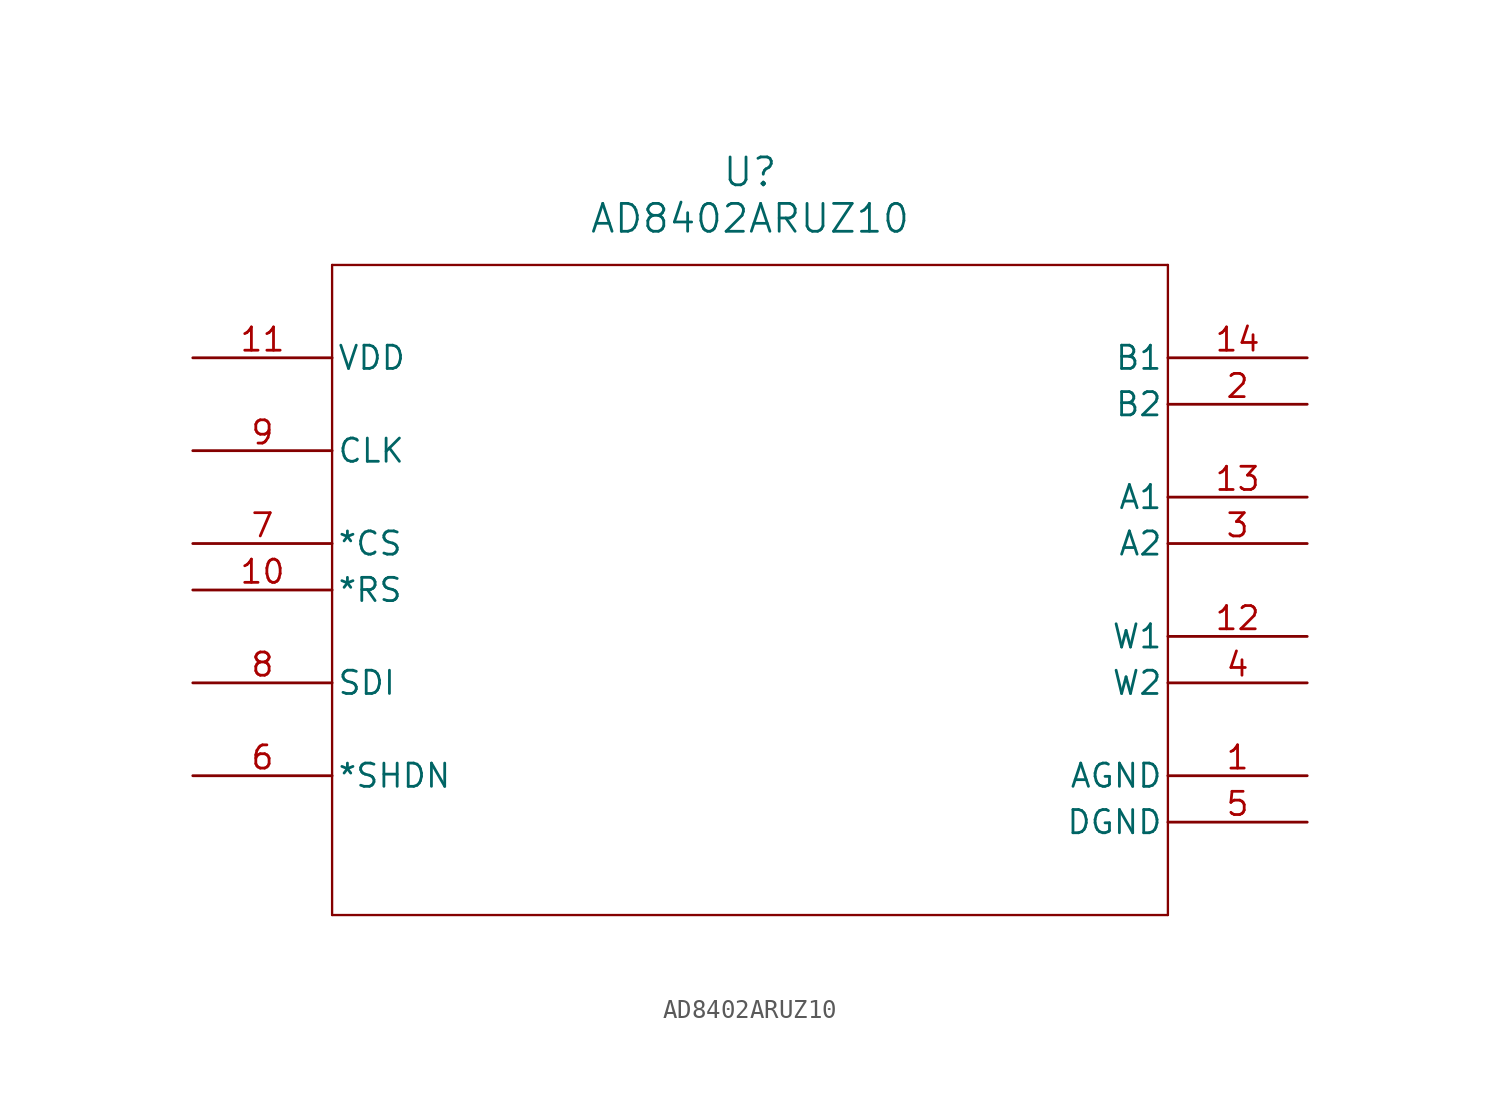
<source format=kicad_sym>
(kicad_symbol_lib
  (version 20211014)
  (generator kicad_symbol_editor)
  (symbol "AD8402ARUZ10"
    (pin_names
      (offset 0.254))
    (property "Reference" "U"
      (at 30.48 10.16 0)
      (effects (font (size 1.524 1.524))))
    (property "Value" "AD8402ARUZ10"
      (at 30.48 7.62 0)
      (effects (font (size 1.524 1.524))))
    (symbol "AD8402ARUZ10_0_1"
      (polyline (pts (xy 7.62 5.08) (xy 7.62 -30.48)) (stroke (width 0.127) (type default) (color 0 0 0 0)) (fill (type none)))
      (polyline (pts (xy 7.62 -30.48) (xy 53.34 -30.48)) (stroke (width 0.127) (type default) (color 0 0 0 0)) (fill (type none)))
      (polyline (pts (xy 53.34 -30.48) (xy 53.34 5.08)) (stroke (width 0.127) (type default) (color 0 0 0 0)) (fill (type none)))
      (polyline (pts (xy 53.34 5.08) (xy 7.62 5.08)) (stroke (width 0.127) (type default) (color 0 0 0 0)) (fill (type none)))
      (pin unspecified line (at 0 -10.16 0) (length 7.62) (name "*CS" (effects (font (size 1.27 1.27)))) (number "7" (effects (font (size 1.27 1.27)))))
      (pin unspecified line (at 0 -12.7 0) (length 7.62) (name "*RS" (effects (font (size 1.27 1.27)))) (number "10" (effects (font (size 1.27 1.27)))))
      (pin unspecified line (at 0 -22.86 0) (length 7.62) (name "*SHDN" (effects (font (size 1.27 1.27)))) (number "6" (effects (font (size 1.27 1.27)))))
      (pin unspecified line (at 60.96 -7.62 180) (length 7.62) (name "A1" (effects (font (size 1.27 1.27)))) (number "13" (effects (font (size 1.27 1.27)))))
      (pin unspecified line (at 60.96 -10.16 180) (length 7.62) (name "A2" (effects (font (size 1.27 1.27)))) (number "3" (effects (font (size 1.27 1.27)))))
      (pin unspecified line (at 60.96 -22.86 180) (length 7.62) (name "AGND" (effects (font (size 1.27 1.27)))) (number "1" (effects (font (size 1.27 1.27)))))
      (pin unspecified line (at 60.96 0 180) (length 7.62) (name "B1" (effects (font (size 1.27 1.27)))) (number "14" (effects (font (size 1.27 1.27)))))
      (pin unspecified line (at 60.96 -2.54 180) (length 7.62) (name "B2" (effects (font (size 1.27 1.27)))) (number "2" (effects (font (size 1.27 1.27)))))
      (pin unspecified line (at 0 -5.08 0) (length 7.62) (name "CLK" (effects (font (size 1.27 1.27)))) (number "9" (effects (font (size 1.27 1.27)))))
      (pin unspecified line (at 60.96 -25.4 180) (length 7.62) (name "DGND" (effects (font (size 1.27 1.27)))) (number "5" (effects (font (size 1.27 1.27)))))
      (pin unspecified line (at 0 -17.78 0) (length 7.62) (name "SDI" (effects (font (size 1.27 1.27)))) (number "8" (effects (font (size 1.27 1.27)))))
      (pin unspecified line (at 0 0 0) (length 7.62) (name "VDD" (effects (font (size 1.27 1.27)))) (number "11" (effects (font (size 1.27 1.27)))))
      (pin unspecified line (at 60.96 -15.24 180) (length 7.62) (name "W1" (effects (font (size 1.27 1.27)))) (number "12" (effects (font (size 1.27 1.27)))))
      (pin unspecified line (at 60.96 -17.78 180) (length 7.62) (name "W2" (effects (font (size 1.27 1.27)))) (number "4" (effects (font (size 1.27 1.27))))))))
</source>
